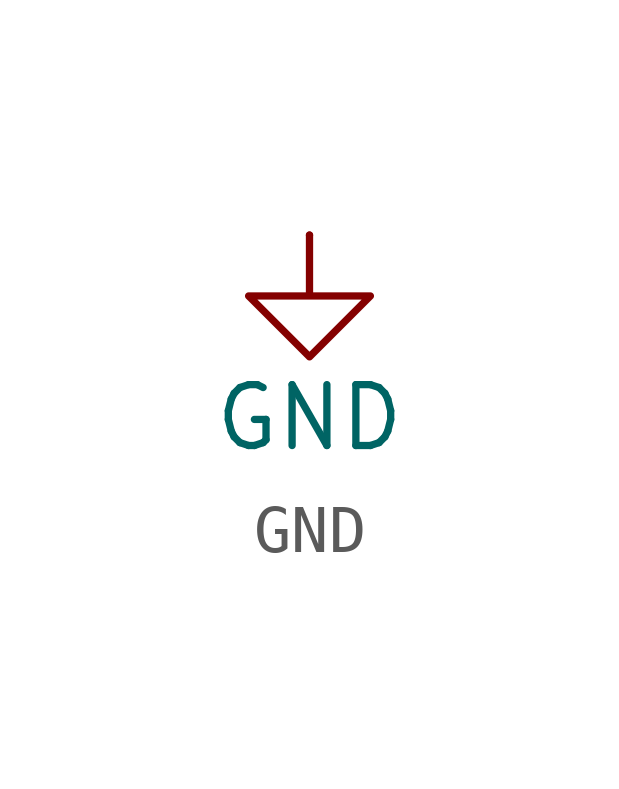
<source format=kicad_sym>
(kicad_symbol_lib
  (version 20241209)
  (generator "kicad_symbol_editor")
  (generator_version "9.0")
  (symbol "GND"
    (power)
    (pin_numbers
      (hide yes))
    (pin_names
      (offset 0)
      (hide yes))
    (property "Reference" "#PWR"
      (at 0 -6.35 0)
      (effects (font (size 1.27 1.27)) (hide yes)))
    (property "Value" "GND"
      (at 0 -3.81 0)
      (effects (font (size 1.27 1.27))))
    (symbol "GND_0_1"
      (polyline (pts (xy 0 0) (xy 0 -1.27) (xy 1.27 -1.27) (xy 0 -2.54) (xy -1.27 -1.27) (xy 0 -1.27)) (stroke (width 0) (type default)) (fill (type none))))
    (symbol "GND_1_1"
      (pin power_in line (at 0 0 270) (length 0) (name "GND" (effects (font (size 1.27 1.27)))) (number "1" (effects (font (size 1.27 1.27))))))))
</source>
